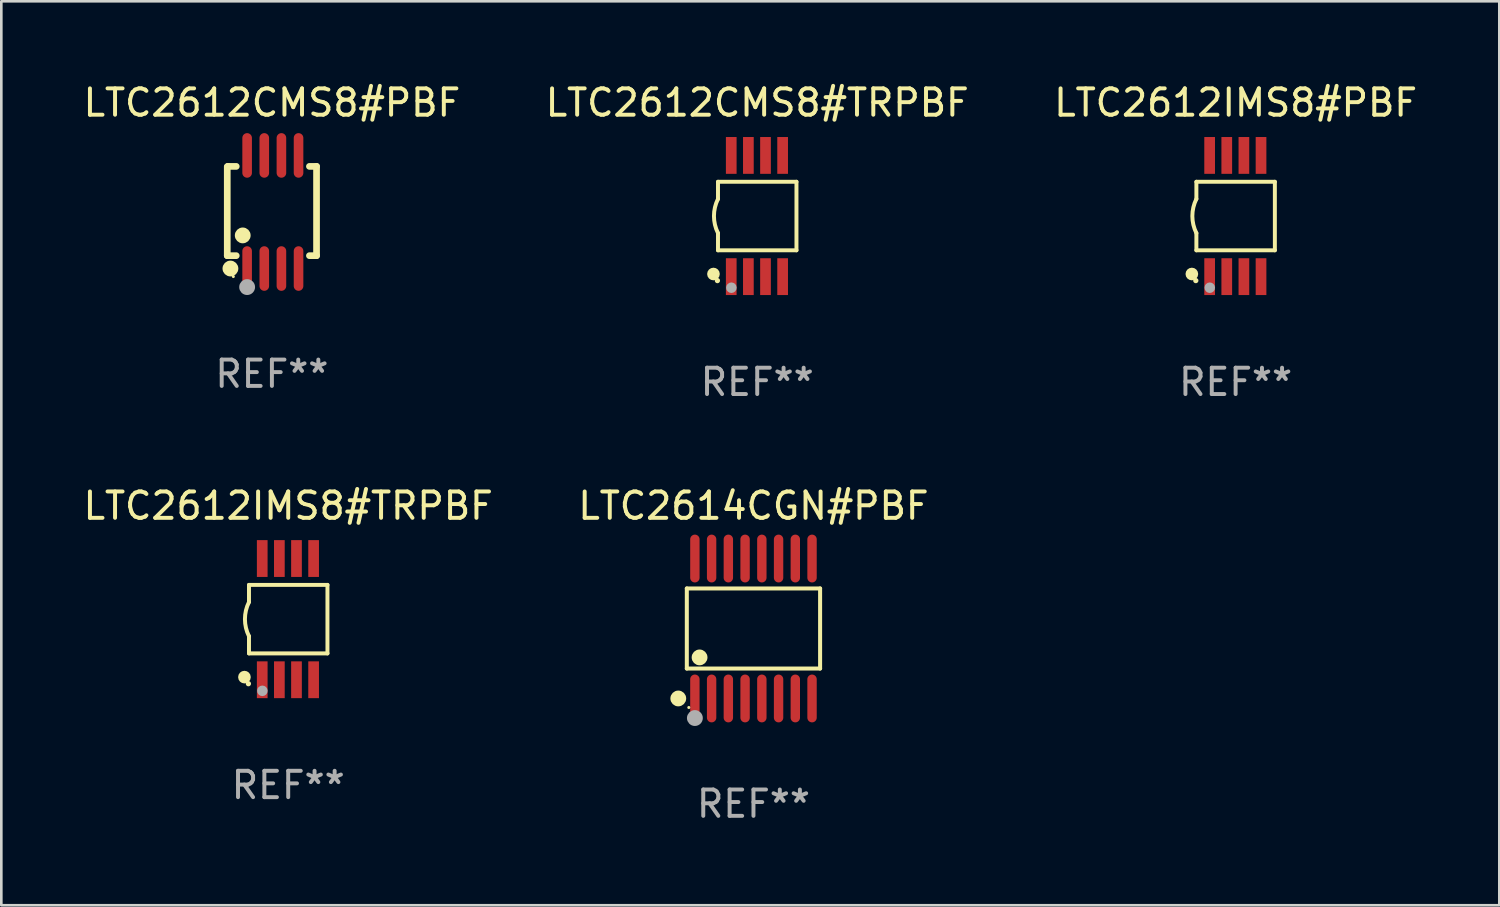
<source format=kicad_pcb>
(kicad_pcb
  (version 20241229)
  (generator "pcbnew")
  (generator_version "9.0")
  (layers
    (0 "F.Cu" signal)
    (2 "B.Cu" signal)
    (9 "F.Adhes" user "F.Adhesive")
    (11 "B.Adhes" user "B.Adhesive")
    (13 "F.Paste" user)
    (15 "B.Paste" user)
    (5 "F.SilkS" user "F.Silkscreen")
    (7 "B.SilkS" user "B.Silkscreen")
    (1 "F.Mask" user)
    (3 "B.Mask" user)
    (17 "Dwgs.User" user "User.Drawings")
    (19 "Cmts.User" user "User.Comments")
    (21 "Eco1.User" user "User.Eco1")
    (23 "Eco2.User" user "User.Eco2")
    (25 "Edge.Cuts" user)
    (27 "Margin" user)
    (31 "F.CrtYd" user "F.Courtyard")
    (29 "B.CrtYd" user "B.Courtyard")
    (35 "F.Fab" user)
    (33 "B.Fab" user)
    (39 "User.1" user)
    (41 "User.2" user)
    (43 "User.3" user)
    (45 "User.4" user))
  (footprint "LTC2614CGN#PBF"
    (layer "F.Cu")
    (at 25.542 20.8)
    (property "Reference" "LTC2614CGN#PBF" (at 0 -4.655 0) (layer "F.SilkS") (effects (font (size 1 1) (thickness 0.15))))
    (attr through_hole)
    (fp_line (start -2.529 -1.519) (end 2.529 -1.519) (stroke (width 0.152) (type solid)) (layer "F.SilkS"))
    (fp_line (start -2.529 1.519) (end -2.529 -1.519) (stroke (width 0.152) (type solid)) (layer "F.SilkS"))
    (fp_line (start 2.529 -1.519) (end 2.529 1.519) (stroke (width 0.152) (type solid)) (layer "F.SilkS"))
    (fp_line (start 2.529 1.519) (end -2.529 1.519) (stroke (width 0.152) (type solid)) (layer "F.SilkS"))
    (fp_circle (center -2.853 2.655) (end -2.703 2.655) (stroke (width 0.3) (type solid)) (fill no) (layer "F.SilkS"))
    (fp_circle (center -2.453 2.998) (end -2.423 2.998) (stroke (width 0.06) (type solid)) (fill no) (layer "F.SilkS"))
    (fp_circle (center -2.045 1.097) (end -1.895 1.097) (stroke (width 0.3) (type solid)) (fill no) (layer "F.SilkS"))
    (fp_circle (center -2.223 3.398) (end -2.072 3.398) (stroke (width 0.3) (type solid)) (fill no) (layer "F.Fab"))
    (fp_text user "REF**" (at 0 6.655 0) (layer "F.Fab") (effects (font (size 1 1) (thickness 0.15))))
    (pad "1" smd oval (at -2.223 2.655) (size 0.356 1.815) (layers "F.Cu" "F.Mask" "F.Paste"))
    (pad "2" smd oval (at -1.588 2.655) (size 0.356 1.815) (layers "F.Cu" "F.Mask" "F.Paste"))
    (pad "3" smd oval (at -0.953 2.655) (size 0.356 1.815) (layers "F.Cu" "F.Mask" "F.Paste"))
    (pad "4" smd oval (at -0.318 2.655) (size 0.356 1.815) (layers "F.Cu" "F.Mask" "F.Paste"))
    (pad "5" smd oval (at 0.318 2.655) (size 0.356 1.815) (layers "F.Cu" "F.Mask" "F.Paste"))
    (pad "6" smd oval (at 0.953 2.655) (size 0.356 1.815) (layers "F.Cu" "F.Mask" "F.Paste"))
    (pad "7" smd oval (at 1.588 2.655) (size 0.356 1.815) (layers "F.Cu" "F.Mask" "F.Paste"))
    (pad "8" smd oval (at 2.223 2.655) (size 0.356 1.815) (layers "F.Cu" "F.Mask" "F.Paste"))
    (pad "9" smd oval (at 2.223 -2.655) (size 0.356 1.815) (layers "F.Cu" "F.Mask" "F.Paste"))
    (pad "10" smd oval (at 1.588 -2.655) (size 0.356 1.815) (layers "F.Cu" "F.Mask" "F.Paste"))
    (pad "11" smd oval (at 0.953 -2.655) (size 0.356 1.815) (layers "F.Cu" "F.Mask" "F.Paste"))
    (pad "12" smd oval (at 0.318 -2.655) (size 0.356 1.815) (layers "F.Cu" "F.Mask" "F.Paste"))
    (pad "13" smd oval (at -0.318 -2.655) (size 0.356 1.815) (layers "F.Cu" "F.Mask" "F.Paste"))
    (pad "14" smd oval (at -0.953 -2.655) (size 0.356 1.815) (layers "F.Cu" "F.Mask" "F.Paste"))
    (pad "15" smd oval (at -1.588 -2.655) (size 0.356 1.815) (layers "F.Cu" "F.Mask" "F.Paste"))
    (pad "16" smd oval (at -2.223 -2.655) (size 0.356 1.815) (layers "F.Cu" "F.Mask" "F.Paste")))
  (footprint "LTC2612CMS8#PBF"
    (layer "F.Cu")
    (at 7.268 4.994)
    (property "Reference" "LTC2612CMS8#PBF" (at 0 -4.146 0) (layer "F.SilkS") (effects (font (size 1 1) (thickness 0.15))))
    (attr through_hole)
    (fp_line (start -1.694 -1.724) (end -1.694 1.652) (stroke (width 0.254) (type solid)) (layer "F.SilkS"))
    (fp_line (start -1.694 1.652) (end -1.688 1.658) (stroke (width 0.254) (type solid)) (layer "F.SilkS"))
    (fp_line (start -1.688 1.658) (end -1.353 1.658) (stroke (width 0.254) (type solid)) (layer "F.SilkS"))
    (fp_line (start -1.661 -1.73) (end -1.681 -1.71) (stroke (width 0.254) (type solid)) (layer "F.SilkS"))
    (fp_line (start -1.353 -1.73) (end -1.661 -1.73) (stroke (width 0.254) (type solid)) (layer "F.SilkS"))
    (fp_line (start 1.424 1.658) (end 1.694 1.658) (stroke (width 0.254) (type solid)) (layer "F.SilkS"))
    (fp_line (start 1.694 -1.73) (end 1.424 -1.73) (stroke (width 0.254) (type solid)) (layer "F.SilkS"))
    (fp_line (start 1.694 1.658) (end 1.694 -1.73) (stroke (width 0.254) (type solid)) (layer "F.SilkS"))
    (fp_circle (center -1.574 2.146) (end -1.424 2.146) (stroke (width 0.3) (type solid)) (fill no) (layer "F.SilkS"))
    (fp_circle (center -1.464 2.45) (end -1.434 2.45) (stroke (width 0.06) (type solid)) (fill no) (layer "F.SilkS"))
    (fp_circle (center -1.107 0.889) (end -0.957 0.889) (stroke (width 0.3) (type solid)) (fill no) (layer "F.SilkS"))
    (fp_circle (center -0.94 2.85) (end -0.789 2.85) (stroke (width 0.3) (type solid)) (fill no) (layer "F.Fab"))
    (fp_text user "REF**" (at 0 6.146 0) (layer "F.Fab") (effects (font (size 1 1) (thickness 0.15))))
    (pad "1" smd oval (at -0.94 2.146) (size 0.364 1.692) (layers "F.Cu" "F.Mask" "F.Paste"))
    (pad "2" smd oval (at -0.289 2.146) (size 0.364 1.692) (layers "F.Cu" "F.Mask" "F.Paste"))
    (pad "3" smd oval (at 0.361 2.146) (size 0.364 1.692) (layers "F.Cu" "F.Mask" "F.Paste"))
    (pad "4" smd oval (at 1.011 2.146) (size 0.364 1.692) (layers "F.Cu" "F.Mask" "F.Paste"))
    (pad "5" smd oval (at 1.011 -2.146) (size 0.364 1.692) (layers "F.Cu" "F.Mask" "F.Paste"))
    (pad "6" smd oval (at 0.361 -2.146) (size 0.364 1.692) (layers "F.Cu" "F.Mask" "F.Paste"))
    (pad "7" smd oval (at -0.289 -2.146) (size 0.364 1.692) (layers "F.Cu" "F.Mask" "F.Paste"))
    (pad "8" smd oval (at -0.94 -2.146) (size 0.364 1.692) (layers "F.Cu" "F.Mask" "F.Paste")))
  (footprint "LTC2612CMS8#TRPBF"
    (layer "F.Cu")
    (at 25.685 5.148)
    (property "Reference" "LTC2612CMS8#TRPBF" (at 0 -4.3 0) (layer "F.SilkS") (effects (font (size 1 1) (thickness 0.15))))
    (attr through_hole)
    (fp_line (start -1.489 -1.3) (end -1.489 -0.648) (stroke (width 0.15) (type solid)) (layer "F.SilkS"))
    (fp_line (start -1.489 0.648) (end -1.489 1.3) (stroke (width 0.15) (type solid)) (layer "F.SilkS"))
    (fp_line (start -1.489 1.3) (end 1.489 1.3) (stroke (width 0.15) (type solid)) (layer "F.SilkS"))
    (fp_line (start 1.489 -1.3) (end -1.489 -1.3) (stroke (width 0.15) (type solid)) (layer "F.SilkS"))
    (fp_line (start 1.489 1.3) (end 1.489 -1.3) (stroke (width 0.15) (type solid)) (layer "F.SilkS"))
    (fp_arc (start -1.489205 0.647702) (mid -1.642107 0) (end -1.489205 -0.647701) (stroke (width 0.150013) (type solid)) (layer "F.SilkS"))
    (fp_circle (center -1.661 2.2) (end -1.541 2.2) (stroke (width 0.24) (type solid)) (fill no) (layer "F.SilkS"))
    (fp_circle (center -1.511 2.45) (end -1.461 2.45) (stroke (width 0.1) (type solid)) (fill no) (layer "F.SilkS"))
    (fp_circle (center -0.981 2.72) (end -0.881 2.72) (stroke (width 0.2) (type solid)) (fill no) (layer "F.Fab"))
    (fp_text user "REF**" (at 0 6.3 0) (layer "F.Fab") (effects (font (size 1 1) (thickness 0.15))))
    (pad "1" smd rect (at -0.986 2.3) (size 0.406 1.397) (layers "F.Cu" "F.Mask" "F.Paste"))
    (pad "2" smd rect (at -0.336 2.3) (size 0.406 1.397) (layers "F.Cu" "F.Mask" "F.Paste"))
    (pad "3" smd rect (at 0.314 2.3) (size 0.406 1.397) (layers "F.Cu" "F.Mask" "F.Paste"))
    (pad "4" smd rect (at 0.964 2.3) (size 0.406 1.397) (layers "F.Cu" "F.Mask" "F.Paste"))
    (pad "5" smd rect (at 0.964 -2.3) (size 0.406 1.397) (layers "F.Cu" "F.Mask" "F.Paste"))
    (pad "6" smd rect (at 0.314 -2.3) (size 0.406 1.397) (layers "F.Cu" "F.Mask" "F.Paste"))
    (pad "7" smd rect (at -0.336 -2.3) (size 0.406 1.397) (layers "F.Cu" "F.Mask" "F.Paste"))
    (pad "8" smd rect (at -0.986 -2.3) (size 0.406 1.397) (layers "F.Cu" "F.Mask" "F.Paste")))
  (footprint "LTC2612IMS8#PBF"
    (layer "F.Cu")
    (at 43.839 5.148)
    (property "Reference" "LTC2612IMS8#PBF" (at 0 -4.3 0) (layer "F.SilkS") (effects (font (size 1 1) (thickness 0.15))))
    (attr through_hole)
    (fp_line (start -1.489 -1.3) (end -1.489 -0.648) (stroke (width 0.15) (type solid)) (layer "F.SilkS"))
    (fp_line (start -1.489 0.648) (end -1.489 1.3) (stroke (width 0.15) (type solid)) (layer "F.SilkS"))
    (fp_line (start -1.489 1.3) (end 1.489 1.3) (stroke (width 0.15) (type solid)) (layer "F.SilkS"))
    (fp_line (start 1.489 -1.3) (end -1.489 -1.3) (stroke (width 0.15) (type solid)) (layer "F.SilkS"))
    (fp_line (start 1.489 1.3) (end 1.489 -1.3) (stroke (width 0.15) (type solid)) (layer "F.SilkS"))
    (fp_arc (start -1.489205 0.647702) (mid -1.642107 0) (end -1.489205 -0.647701) (stroke (width 0.150013) (type solid)) (layer "F.SilkS"))
    (fp_circle (center -1.661 2.2) (end -1.541 2.2) (stroke (width 0.24) (type solid)) (fill no) (layer "F.SilkS"))
    (fp_circle (center -1.511 2.45) (end -1.461 2.45) (stroke (width 0.1) (type solid)) (fill no) (layer "F.SilkS"))
    (fp_circle (center -0.981 2.72) (end -0.881 2.72) (stroke (width 0.2) (type solid)) (fill no) (layer "F.Fab"))
    (fp_text user "REF**" (at 0 6.3 0) (layer "F.Fab") (effects (font (size 1 1) (thickness 0.15))))
    (pad "1" smd rect (at -0.986 2.3) (size 0.406 1.397) (layers "F.Cu" "F.Mask" "F.Paste"))
    (pad "2" smd rect (at -0.336 2.3) (size 0.406 1.397) (layers "F.Cu" "F.Mask" "F.Paste"))
    (pad "3" smd rect (at 0.314 2.3) (size 0.406 1.397) (layers "F.Cu" "F.Mask" "F.Paste"))
    (pad "4" smd rect (at 0.964 2.3) (size 0.406 1.397) (layers "F.Cu" "F.Mask" "F.Paste"))
    (pad "5" smd rect (at 0.964 -2.3) (size 0.406 1.397) (layers "F.Cu" "F.Mask" "F.Paste"))
    (pad "6" smd rect (at 0.314 -2.3) (size 0.406 1.397) (layers "F.Cu" "F.Mask" "F.Paste"))
    (pad "7" smd rect (at -0.336 -2.3) (size 0.406 1.397) (layers "F.Cu" "F.Mask" "F.Paste"))
    (pad "8" smd rect (at -0.986 -2.3) (size 0.406 1.397) (layers "F.Cu" "F.Mask" "F.Paste")))
  (footprint "LTC2612IMS8#TRPBF"
    (layer "F.Cu")
    (at 7.887 20.445)
    (property "Reference" "LTC2612IMS8#TRPBF" (at 0 -4.3 0) (layer "F.SilkS") (effects (font (size 1 1) (thickness 0.15))))
    (attr through_hole)
    (fp_line (start -1.489 -1.3) (end -1.489 -0.648) (stroke (width 0.15) (type solid)) (layer "F.SilkS"))
    (fp_line (start -1.489 0.648) (end -1.489 1.3) (stroke (width 0.15) (type solid)) (layer "F.SilkS"))
    (fp_line (start -1.489 1.3) (end 1.489 1.3) (stroke (width 0.15) (type solid)) (layer "F.SilkS"))
    (fp_line (start 1.489 -1.3) (end -1.489 -1.3) (stroke (width 0.15) (type solid)) (layer "F.SilkS"))
    (fp_line (start 1.489 1.3) (end 1.489 -1.3) (stroke (width 0.15) (type solid)) (layer "F.SilkS"))
    (fp_arc (start -1.489205 0.647702) (mid -1.642107 0) (end -1.489205 -0.647701) (stroke (width 0.150013) (type solid)) (layer "F.SilkS"))
    (fp_circle (center -1.661 2.2) (end -1.541 2.2) (stroke (width 0.24) (type solid)) (fill no) (layer "F.SilkS"))
    (fp_circle (center -1.511 2.45) (end -1.461 2.45) (stroke (width 0.1) (type solid)) (fill no) (layer "F.SilkS"))
    (fp_circle (center -0.981 2.72) (end -0.881 2.72) (stroke (width 0.2) (type solid)) (fill no) (layer "F.Fab"))
    (fp_text user "REF**" (at 0 6.3 0) (layer "F.Fab") (effects (font (size 1 1) (thickness 0.15))))
    (pad "1" smd rect (at -0.986 2.3) (size 0.406 1.397) (layers "F.Cu" "F.Mask" "F.Paste"))
    (pad "2" smd rect (at -0.336 2.3) (size 0.406 1.397) (layers "F.Cu" "F.Mask" "F.Paste"))
    (pad "3" smd rect (at 0.314 2.3) (size 0.406 1.397) (layers "F.Cu" "F.Mask" "F.Paste"))
    (pad "4" smd rect (at 0.964 2.3) (size 0.406 1.397) (layers "F.Cu" "F.Mask" "F.Paste"))
    (pad "5" smd rect (at 0.964 -2.3) (size 0.406 1.397) (layers "F.Cu" "F.Mask" "F.Paste"))
    (pad "6" smd rect (at 0.314 -2.3) (size 0.406 1.397) (layers "F.Cu" "F.Mask" "F.Paste"))
    (pad "7" smd rect (at -0.336 -2.3) (size 0.406 1.397) (layers "F.Cu" "F.Mask" "F.Paste"))
    (pad "8" smd rect (at -0.986 -2.3) (size 0.406 1.397) (layers "F.Cu" "F.Mask" "F.Paste")))
  (gr_rect
    (start -3 -3)
    (end 53.845 31.303)
    (stroke (width 0.1) (type default))
    (fill no)
    (layer "Edge.Cuts")))
</source>
